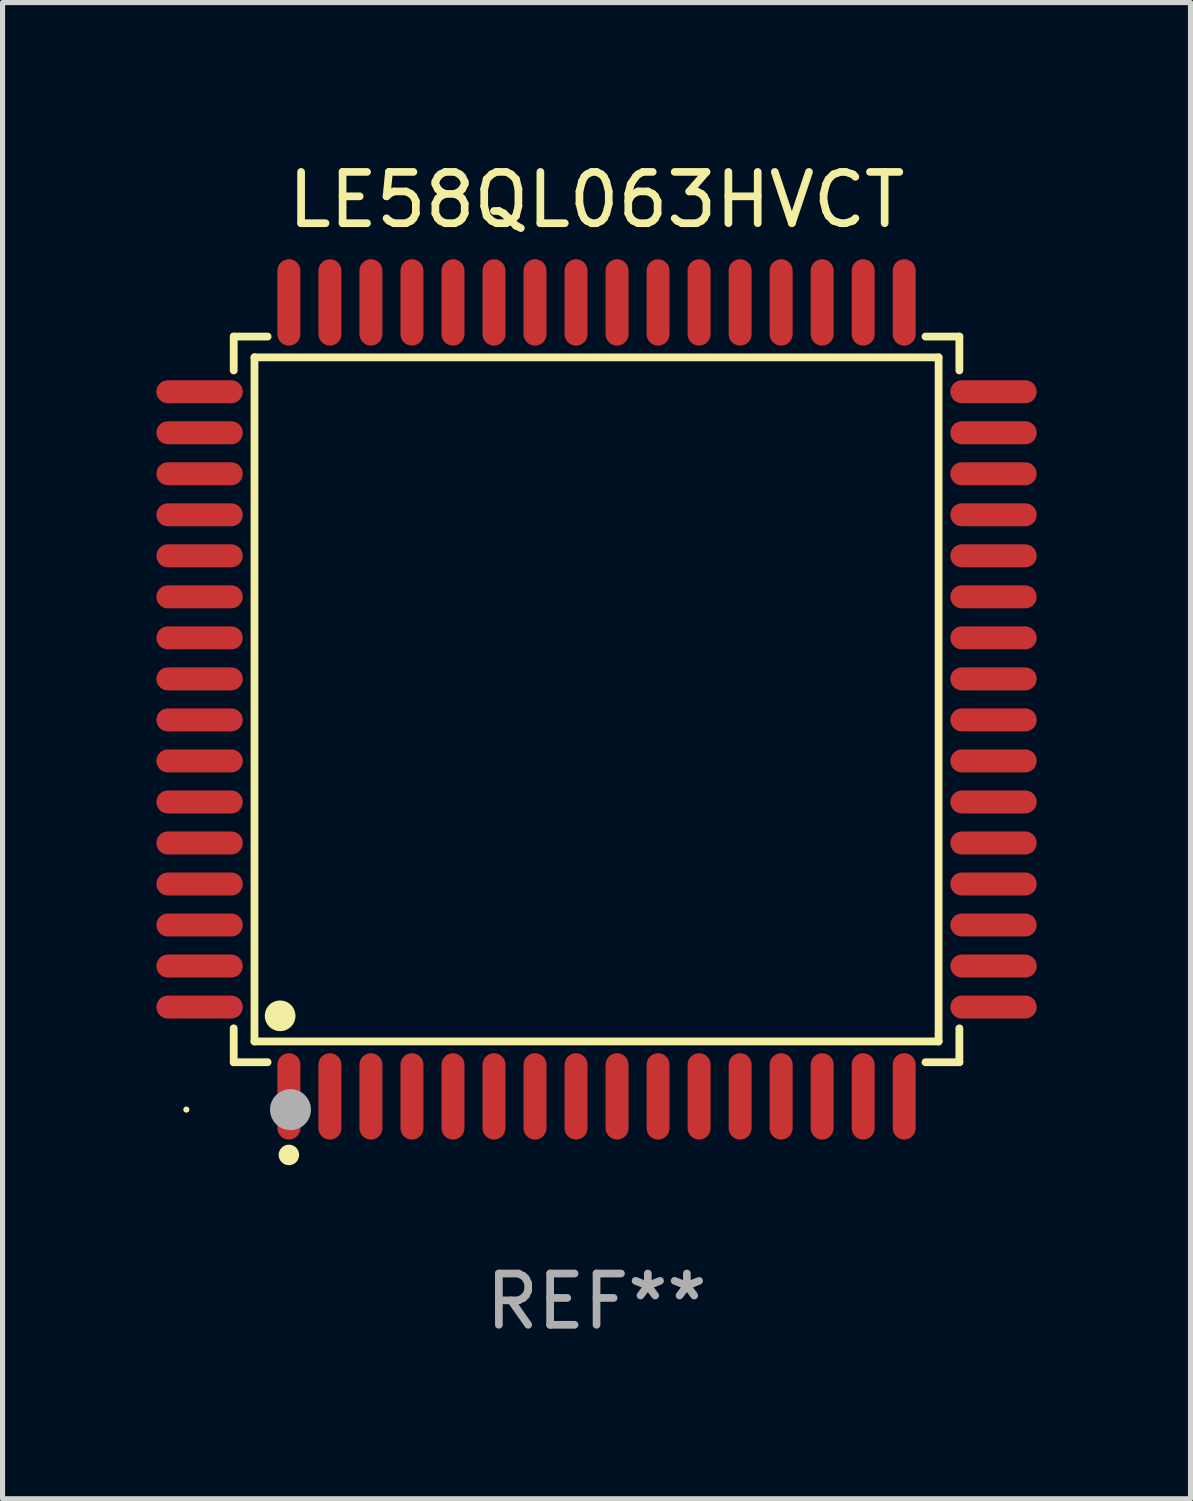
<source format=kicad_pcb>
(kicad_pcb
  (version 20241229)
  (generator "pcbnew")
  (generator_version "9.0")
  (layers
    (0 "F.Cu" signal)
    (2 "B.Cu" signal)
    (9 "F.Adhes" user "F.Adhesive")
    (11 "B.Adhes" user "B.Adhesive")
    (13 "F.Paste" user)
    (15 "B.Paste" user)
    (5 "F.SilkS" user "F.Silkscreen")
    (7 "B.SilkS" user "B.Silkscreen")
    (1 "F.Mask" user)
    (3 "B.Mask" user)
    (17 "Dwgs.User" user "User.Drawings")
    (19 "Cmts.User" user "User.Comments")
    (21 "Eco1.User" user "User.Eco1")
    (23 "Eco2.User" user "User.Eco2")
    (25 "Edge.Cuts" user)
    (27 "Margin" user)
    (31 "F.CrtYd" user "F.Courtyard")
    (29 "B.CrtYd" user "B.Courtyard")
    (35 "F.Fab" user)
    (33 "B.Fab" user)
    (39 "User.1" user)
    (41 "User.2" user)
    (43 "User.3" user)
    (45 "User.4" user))
  (footprint "LE58QL063HVCT"
    (layer "F.Cu")
    (at 8.584 10.59)
    (property "Reference" "LE58QL063HVCT" (at 0 -9.742 0) (layer "F.SilkS") (effects (font (size 1 1) (thickness 0.15))))
    (attr through_hole)
    (fp_line (start -7.076 -7.076) (end -6.415 -7.076) (stroke (width 0.152) (type solid)) (layer "F.SilkS"))
    (fp_line (start -7.076 -6.415) (end -7.076 -7.076) (stroke (width 0.152) (type solid)) (layer "F.SilkS"))
    (fp_line (start -7.076 6.415) (end -7.076 7.076) (stroke (width 0.152) (type solid)) (layer "F.SilkS"))
    (fp_line (start -7.076 7.076) (end -6.415 7.076) (stroke (width 0.152) (type solid)) (layer "F.SilkS"))
    (fp_line (start -6.671 -6.671) (end 6.671 -6.671) (stroke (width 0.152) (type solid)) (layer "F.SilkS"))
    (fp_line (start -6.671 6.671) (end -6.671 -6.671) (stroke (width 0.152) (type solid)) (layer "F.SilkS"))
    (fp_line (start 6.671 -6.671) (end 6.671 6.671) (stroke (width 0.152) (type solid)) (layer "F.SilkS"))
    (fp_line (start 6.671 6.671) (end -6.671 6.671) (stroke (width 0.152) (type solid)) (layer "F.SilkS"))
    (fp_line (start 7.076 -7.076) (end 6.415 -7.076) (stroke (width 0.152) (type solid)) (layer "F.SilkS"))
    (fp_line (start 7.076 -6.415) (end 7.076 -7.076) (stroke (width 0.152) (type solid)) (layer "F.SilkS"))
    (fp_line (start 7.076 6.415) (end 7.076 7.076) (stroke (width 0.152) (type solid)) (layer "F.SilkS"))
    (fp_line (start 7.076 7.076) (end 6.415 7.076) (stroke (width 0.152) (type solid)) (layer "F.SilkS"))
    (fp_circle (center -8 8) (end -7.97 8) (stroke (width 0.06) (type solid)) (fill no) (layer "F.SilkS"))
    (fp_circle (center -6.171 6.171) (end -6.021 6.171) (stroke (width 0.3) (type solid)) (fill no) (layer "F.SilkS"))
    (fp_circle (center -6 8.884) (end -5.9 8.884) (stroke (width 0.2) (type solid)) (fill no) (layer "F.SilkS"))
    (fp_circle (center -5.969 8.001) (end -5.769 8.001) (stroke (width 0.4) (type solid)) (fill no) (layer "F.Fab"))
    (fp_text user "REF**" (at 0 11.742 0) (layer "F.Fab") (effects (font (size 1 1) (thickness 0.15))))
    (pad "1" smd oval (at -6 7.742) (size 0.448 1.684) (layers "F.Cu" "F.Mask" "F.Paste"))
    (pad "2" smd oval (at -5.2 7.742) (size 0.448 1.684) (layers "F.Cu" "F.Mask" "F.Paste"))
    (pad "3" smd oval (at -4.4 7.742) (size 0.448 1.684) (layers "F.Cu" "F.Mask" "F.Paste"))
    (pad "4" smd oval (at -3.6 7.742) (size 0.448 1.684) (layers "F.Cu" "F.Mask" "F.Paste"))
    (pad "5" smd oval (at -2.8 7.742) (size 0.448 1.684) (layers "F.Cu" "F.Mask" "F.Paste"))
    (pad "6" smd oval (at -2 7.742) (size 0.448 1.684) (layers "F.Cu" "F.Mask" "F.Paste"))
    (pad "7" smd oval (at -1.2 7.742) (size 0.448 1.684) (layers "F.Cu" "F.Mask" "F.Paste"))
    (pad "8" smd oval (at -0.4 7.742) (size 0.448 1.684) (layers "F.Cu" "F.Mask" "F.Paste"))
    (pad "9" smd oval (at 0.4 7.742) (size 0.448 1.684) (layers "F.Cu" "F.Mask" "F.Paste"))
    (pad "10" smd oval (at 1.2 7.742) (size 0.448 1.684) (layers "F.Cu" "F.Mask" "F.Paste"))
    (pad "11" smd oval (at 2 7.742) (size 0.448 1.684) (layers "F.Cu" "F.Mask" "F.Paste"))
    (pad "12" smd oval (at 2.8 7.742) (size 0.448 1.684) (layers "F.Cu" "F.Mask" "F.Paste"))
    (pad "13" smd oval (at 3.6 7.742) (size 0.448 1.684) (layers "F.Cu" "F.Mask" "F.Paste"))
    (pad "14" smd oval (at 4.4 7.742) (size 0.448 1.684) (layers "F.Cu" "F.Mask" "F.Paste"))
    (pad "15" smd oval (at 5.2 7.742) (size 0.448 1.684) (layers "F.Cu" "F.Mask" "F.Paste"))
    (pad "16" smd oval (at 6 7.742) (size 0.448 1.684) (layers "F.Cu" "F.Mask" "F.Paste"))
    (pad "17" smd oval (at 7.742 6) (size 1.684 0.448) (layers "F.Cu" "F.Mask" "F.Paste"))
    (pad "18" smd oval (at 7.742 5.2) (size 1.684 0.448) (layers "F.Cu" "F.Mask" "F.Paste"))
    (pad "19" smd oval (at 7.742 4.4) (size 1.684 0.448) (layers "F.Cu" "F.Mask" "F.Paste"))
    (pad "20" smd oval (at 7.742 3.6) (size 1.684 0.448) (layers "F.Cu" "F.Mask" "F.Paste"))
    (pad "21" smd oval (at 7.742 2.8) (size 1.684 0.448) (layers "F.Cu" "F.Mask" "F.Paste"))
    (pad "22" smd oval (at 7.742 2) (size 1.684 0.448) (layers "F.Cu" "F.Mask" "F.Paste"))
    (pad "23" smd oval (at 7.742 1.2) (size 1.684 0.448) (layers "F.Cu" "F.Mask" "F.Paste"))
    (pad "24" smd oval (at 7.742 0.4) (size 1.684 0.448) (layers "F.Cu" "F.Mask" "F.Paste"))
    (pad "25" smd oval (at 7.742 -0.4) (size 1.684 0.448) (layers "F.Cu" "F.Mask" "F.Paste"))
    (pad "26" smd oval (at 7.742 -1.2) (size 1.684 0.448) (layers "F.Cu" "F.Mask" "F.Paste"))
    (pad "27" smd oval (at 7.742 -2) (size 1.684 0.448) (layers "F.Cu" "F.Mask" "F.Paste"))
    (pad "28" smd oval (at 7.742 -2.8) (size 1.684 0.448) (layers "F.Cu" "F.Mask" "F.Paste"))
    (pad "29" smd oval (at 7.742 -3.6) (size 1.684 0.448) (layers "F.Cu" "F.Mask" "F.Paste"))
    (pad "30" smd oval (at 7.742 -4.4) (size 1.684 0.448) (layers "F.Cu" "F.Mask" "F.Paste"))
    (pad "31" smd oval (at 7.742 -5.2) (size 1.684 0.448) (layers "F.Cu" "F.Mask" "F.Paste"))
    (pad "32" smd oval (at 7.742 -6) (size 1.684 0.448) (layers "F.Cu" "F.Mask" "F.Paste"))
    (pad "33" smd oval (at 6 -7.742) (size 0.448 1.684) (layers "F.Cu" "F.Mask" "F.Paste"))
    (pad "34" smd oval (at 5.2 -7.742) (size 0.448 1.684) (layers "F.Cu" "F.Mask" "F.Paste"))
    (pad "35" smd oval (at 4.4 -7.742) (size 0.448 1.684) (layers "F.Cu" "F.Mask" "F.Paste"))
    (pad "36" smd oval (at 3.6 -7.742) (size 0.448 1.684) (layers "F.Cu" "F.Mask" "F.Paste"))
    (pad "37" smd oval (at 2.8 -7.742) (size 0.448 1.684) (layers "F.Cu" "F.Mask" "F.Paste"))
    (pad "38" smd oval (at 2 -7.742) (size 0.448 1.684) (layers "F.Cu" "F.Mask" "F.Paste"))
    (pad "39" smd oval (at 1.2 -7.742) (size 0.448 1.684) (layers "F.Cu" "F.Mask" "F.Paste"))
    (pad "40" smd oval (at 0.4 -7.742) (size 0.448 1.684) (layers "F.Cu" "F.Mask" "F.Paste"))
    (pad "41" smd oval (at -0.4 -7.742) (size 0.448 1.684) (layers "F.Cu" "F.Mask" "F.Paste"))
    (pad "42" smd oval (at -1.2 -7.742) (size 0.448 1.684) (layers "F.Cu" "F.Mask" "F.Paste"))
    (pad "43" smd oval (at -2 -7.742) (size 0.448 1.684) (layers "F.Cu" "F.Mask" "F.Paste"))
    (pad "44" smd oval (at -2.8 -7.742) (size 0.448 1.684) (layers "F.Cu" "F.Mask" "F.Paste"))
    (pad "45" smd oval (at -3.6 -7.742) (size 0.448 1.684) (layers "F.Cu" "F.Mask" "F.Paste"))
    (pad "46" smd oval (at -4.4 -7.742) (size 0.448 1.684) (layers "F.Cu" "F.Mask" "F.Paste"))
    (pad "47" smd oval (at -5.2 -7.742) (size 0.448 1.684) (layers "F.Cu" "F.Mask" "F.Paste"))
    (pad "48" smd oval (at -6 -7.742) (size 0.448 1.684) (layers "F.Cu" "F.Mask" "F.Paste"))
    (pad "49" smd oval (at -7.742 -6) (size 1.684 0.448) (layers "F.Cu" "F.Mask" "F.Paste"))
    (pad "50" smd oval (at -7.742 -5.2) (size 1.684 0.448) (layers "F.Cu" "F.Mask" "F.Paste"))
    (pad "51" smd oval (at -7.742 -4.4) (size 1.684 0.448) (layers "F.Cu" "F.Mask" "F.Paste"))
    (pad "52" smd oval (at -7.742 -3.6) (size 1.684 0.448) (layers "F.Cu" "F.Mask" "F.Paste"))
    (pad "53" smd oval (at -7.742 -2.8) (size 1.684 0.448) (layers "F.Cu" "F.Mask" "F.Paste"))
    (pad "54" smd oval (at -7.742 -2) (size 1.684 0.448) (layers "F.Cu" "F.Mask" "F.Paste"))
    (pad "55" smd oval (at -7.742 -1.2) (size 1.684 0.448) (layers "F.Cu" "F.Mask" "F.Paste"))
    (pad "56" smd oval (at -7.742 -0.4) (size 1.684 0.448) (layers "F.Cu" "F.Mask" "F.Paste"))
    (pad "57" smd oval (at -7.742 0.4) (size 1.684 0.448) (layers "F.Cu" "F.Mask" "F.Paste"))
    (pad "58" smd oval (at -7.742 1.2) (size 1.684 0.448) (layers "F.Cu" "F.Mask" "F.Paste"))
    (pad "59" smd oval (at -7.742 2) (size 1.684 0.448) (layers "F.Cu" "F.Mask" "F.Paste"))
    (pad "60" smd oval (at -7.742 2.8) (size 1.684 0.448) (layers "F.Cu" "F.Mask" "F.Paste"))
    (pad "61" smd oval (at -7.742 3.6) (size 1.684 0.448) (layers "F.Cu" "F.Mask" "F.Paste"))
    (pad "62" smd oval (at -7.742 4.4) (size 1.684 0.448) (layers "F.Cu" "F.Mask" "F.Paste"))
    (pad "63" smd oval (at -7.742 5.2) (size 1.684 0.448) (layers "F.Cu" "F.Mask" "F.Paste"))
    (pad "64" smd oval (at -7.742 6) (size 1.684 0.448) (layers "F.Cu" "F.Mask" "F.Paste")))
  (gr_rect
    (start -3 -3)
    (end 20.168 26.18)
    (stroke (width 0.1) (type default))
    (fill no)
    (layer "Edge.Cuts")))
</source>
